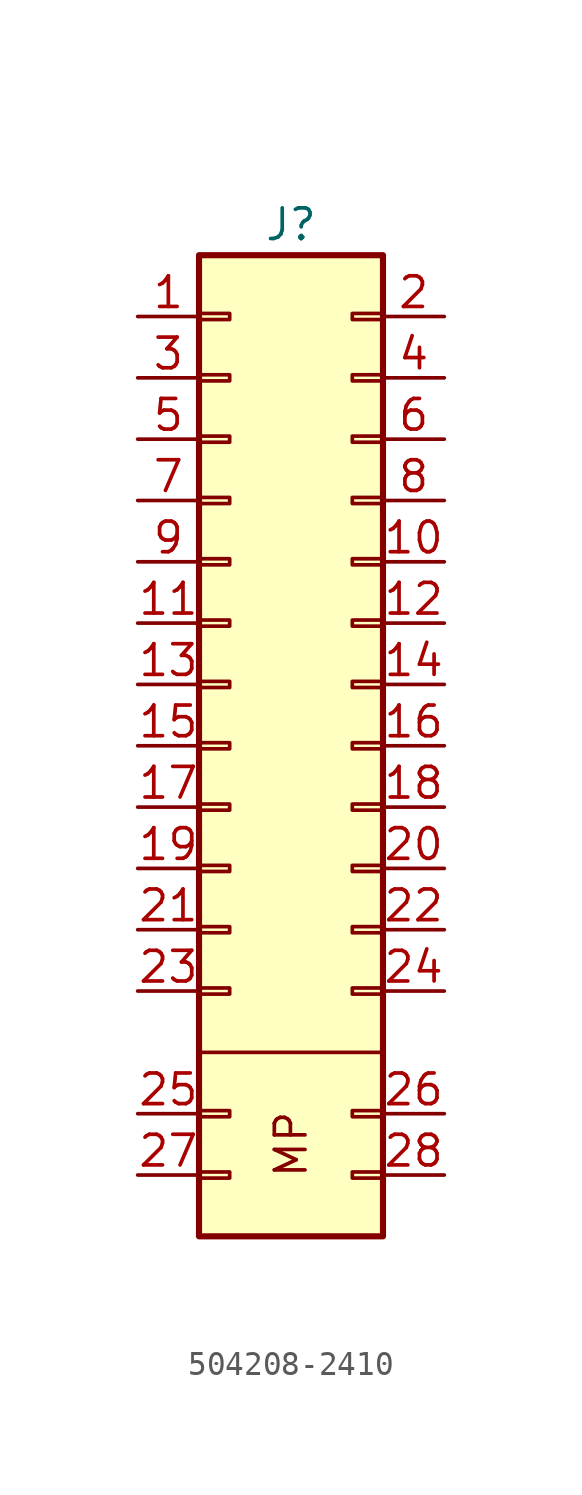
<source format=kicad_sym>
(kicad_symbol_lib
  (version 20241209)
  (generator "kicad_symbol_editor")
  (generator_version "9.0")
  (symbol "504208-2410"
    (pin_names
      (offset 1.016)
      (hide yes))
    (property "Reference" "J"
      (at 6.35 3.81 0)
      (effects (font (size 1.27 1.27))))
    (symbol "504208-2410_0_1"
      (polyline (pts (xy 2.54 -30.48) (xy 10.16 -30.48)) (stroke (width 0) (type default)) (fill (type none))))
    (symbol "504208-2410_1_1"
      (rectangle (start 2.54 2.54) (end 10.16 -38.1) (stroke (width 0.254) (type default)) (fill (type background)))
      (rectangle (start 2.54 0.127) (end 3.81 -0.127) (stroke (width 0.152) (type default)) (fill (type none)))
      (rectangle (start 2.54 -2.413) (end 3.81 -2.667) (stroke (width 0.152) (type default)) (fill (type none)))
      (rectangle (start 2.54 -4.953) (end 3.81 -5.207) (stroke (width 0.152) (type default)) (fill (type none)))
      (rectangle (start 2.54 -7.493) (end 3.81 -7.747) (stroke (width 0.152) (type default)) (fill (type none)))
      (rectangle (start 2.54 -10.033) (end 3.81 -10.287) (stroke (width 0.152) (type default)) (fill (type none)))
      (rectangle (start 2.54 -12.573) (end 3.81 -12.827) (stroke (width 0.152) (type default)) (fill (type none)))
      (rectangle (start 2.54 -15.113) (end 3.81 -15.367) (stroke (width 0.152) (type default)) (fill (type none)))
      (rectangle (start 2.54 -17.653) (end 3.81 -17.907) (stroke (width 0.152) (type default)) (fill (type none)))
      (rectangle (start 2.54 -20.193) (end 3.81 -20.447) (stroke (width 0.152) (type default)) (fill (type none)))
      (rectangle (start 2.54 -22.733) (end 3.81 -22.987) (stroke (width 0.152) (type default)) (fill (type none)))
      (rectangle (start 2.54 -25.273) (end 3.81 -25.527) (stroke (width 0.152) (type default)) (fill (type none)))
      (rectangle (start 2.54 -27.813) (end 3.81 -28.067) (stroke (width 0.152) (type default)) (fill (type none)))
      (rectangle (start 2.54 -32.893) (end 3.81 -33.147) (stroke (width 0.152) (type default)) (fill (type none)))
      (rectangle (start 2.54 -35.433) (end 3.81 -35.687) (stroke (width 0.152) (type default)) (fill (type none)))
      (rectangle (start 10.16 0.127) (end 8.89 -0.127) (stroke (width 0.152) (type default)) (fill (type none)))
      (rectangle (start 10.16 -2.413) (end 8.89 -2.667) (stroke (width 0.152) (type default)) (fill (type none)))
      (rectangle (start 10.16 -4.953) (end 8.89 -5.207) (stroke (width 0.152) (type default)) (fill (type none)))
      (rectangle (start 10.16 -7.493) (end 8.89 -7.747) (stroke (width 0.152) (type default)) (fill (type none)))
      (rectangle (start 10.16 -10.033) (end 8.89 -10.287) (stroke (width 0.152) (type default)) (fill (type none)))
      (rectangle (start 10.16 -12.573) (end 8.89 -12.827) (stroke (width 0.152) (type default)) (fill (type none)))
      (rectangle (start 10.16 -15.113) (end 8.89 -15.367) (stroke (width 0.152) (type default)) (fill (type none)))
      (rectangle (start 10.16 -17.653) (end 8.89 -17.907) (stroke (width 0.152) (type default)) (fill (type none)))
      (rectangle (start 10.16 -20.193) (end 8.89 -20.447) (stroke (width 0.152) (type default)) (fill (type none)))
      (rectangle (start 10.16 -22.733) (end 8.89 -22.987) (stroke (width 0.152) (type default)) (fill (type none)))
      (rectangle (start 10.16 -25.273) (end 8.89 -25.527) (stroke (width 0.152) (type default)) (fill (type none)))
      (rectangle (start 10.16 -27.813) (end 8.89 -28.067) (stroke (width 0.152) (type default)) (fill (type none)))
      (rectangle (start 10.16 -32.893) (end 8.89 -33.147) (stroke (width 0.152) (type default)) (fill (type none)))
      (rectangle (start 10.16 -35.433) (end 8.89 -35.687) (stroke (width 0.152) (type default)) (fill (type none)))
      (text "MP" (at 6.35 -34.29 900) (effects (font (size 1.27 1.27))))
      (pin passive line (at 0 0 0) (length 2.54) (name "Pin_1" (effects (font (size 1.27 1.27)))) (number "1" (effects (font (size 1.27 1.27)))))
      (pin passive line (at 0 -2.54 0) (length 2.54) (name "Pin_3" (effects (font (size 1.27 1.27)))) (number "3" (effects (font (size 1.27 1.27)))))
      (pin passive line (at 0 -5.08 0) (length 2.54) (name "Pin_5" (effects (font (size 1.27 1.27)))) (number "5" (effects (font (size 1.27 1.27)))))
      (pin passive line (at 0 -7.62 0) (length 2.54) (name "Pin_7" (effects (font (size 1.27 1.27)))) (number "7" (effects (font (size 1.27 1.27)))))
      (pin passive line (at 0 -10.16 0) (length 2.54) (name "Pin_9" (effects (font (size 1.27 1.27)))) (number "9" (effects (font (size 1.27 1.27)))))
      (pin passive line (at 0 -12.7 0) (length 2.54) (name "Pin_11" (effects (font (size 1.27 1.27)))) (number "11" (effects (font (size 1.27 1.27)))))
      (pin passive line (at 0 -15.24 0) (length 2.54) (name "Pin_13" (effects (font (size 1.27 1.27)))) (number "13" (effects (font (size 1.27 1.27)))))
      (pin passive line (at 0 -17.78 0) (length 2.54) (name "Pin_15" (effects (font (size 1.27 1.27)))) (number "15" (effects (font (size 1.27 1.27)))))
      (pin passive line (at 0 -20.32 0) (length 2.54) (name "Pin_17" (effects (font (size 1.27 1.27)))) (number "17" (effects (font (size 1.27 1.27)))))
      (pin passive line (at 0 -22.86 0) (length 2.54) (name "Pin_19" (effects (font (size 1.27 1.27)))) (number "19" (effects (font (size 1.27 1.27)))))
      (pin passive line (at 0 -25.4 0) (length 2.54) (name "Pin_21" (effects (font (size 1.27 1.27)))) (number "21" (effects (font (size 1.27 1.27)))))
      (pin passive line (at 0 -27.94 0) (length 2.54) (name "Pin_23" (effects (font (size 1.27 1.27)))) (number "23" (effects (font (size 1.27 1.27)))))
      (pin passive line (at 0 -33.02 0) (length 2.54) (name "Pin_25" (effects (font (size 1.27 1.27)))) (number "25" (effects (font (size 1.27 1.27)))))
      (pin passive line (at 0 -35.56 0) (length 2.54) (name "Pin_27" (effects (font (size 1.27 1.27)))) (number "27" (effects (font (size 1.27 1.27)))))
      (pin passive line (at 12.7 0 180) (length 2.54) (name "Pin_2" (effects (font (size 1.27 1.27)))) (number "2" (effects (font (size 1.27 1.27)))))
      (pin passive line (at 12.7 -2.54 180) (length 2.54) (name "Pin_4" (effects (font (size 1.27 1.27)))) (number "4" (effects (font (size 1.27 1.27)))))
      (pin passive line (at 12.7 -5.08 180) (length 2.54) (name "Pin_6" (effects (font (size 1.27 1.27)))) (number "6" (effects (font (size 1.27 1.27)))))
      (pin passive line (at 12.7 -7.62 180) (length 2.54) (name "Pin_8" (effects (font (size 1.27 1.27)))) (number "8" (effects (font (size 1.27 1.27)))))
      (pin passive line (at 12.7 -10.16 180) (length 2.54) (name "Pin_10" (effects (font (size 1.27 1.27)))) (number "10" (effects (font (size 1.27 1.27)))))
      (pin passive line (at 12.7 -12.7 180) (length 2.54) (name "Pin_12" (effects (font (size 1.27 1.27)))) (number "12" (effects (font (size 1.27 1.27)))))
      (pin passive line (at 12.7 -15.24 180) (length 2.54) (name "Pin_14" (effects (font (size 1.27 1.27)))) (number "14" (effects (font (size 1.27 1.27)))))
      (pin passive line (at 12.7 -17.78 180) (length 2.54) (name "Pin_16" (effects (font (size 1.27 1.27)))) (number "16" (effects (font (size 1.27 1.27)))))
      (pin passive line (at 12.7 -20.32 180) (length 2.54) (name "Pin_18" (effects (font (size 1.27 1.27)))) (number "18" (effects (font (size 1.27 1.27)))))
      (pin passive line (at 12.7 -22.86 180) (length 2.54) (name "Pin_20" (effects (font (size 1.27 1.27)))) (number "20" (effects (font (size 1.27 1.27)))))
      (pin passive line (at 12.7 -25.4 180) (length 2.54) (name "Pin_22" (effects (font (size 1.27 1.27)))) (number "22" (effects (font (size 1.27 1.27)))))
      (pin passive line (at 12.7 -27.94 180) (length 2.54) (name "Pin_24" (effects (font (size 1.27 1.27)))) (number "24" (effects (font (size 1.27 1.27)))))
      (pin passive line (at 12.7 -33.02 180) (length 2.54) (name "Pin_26" (effects (font (size 1.27 1.27)))) (number "26" (effects (font (size 1.27 1.27)))))
      (pin passive line (at 12.7 -35.56 180) (length 2.54) (name "Pin_28" (effects (font (size 1.27 1.27)))) (number "28" (effects (font (size 1.27 1.27))))))))
</source>
